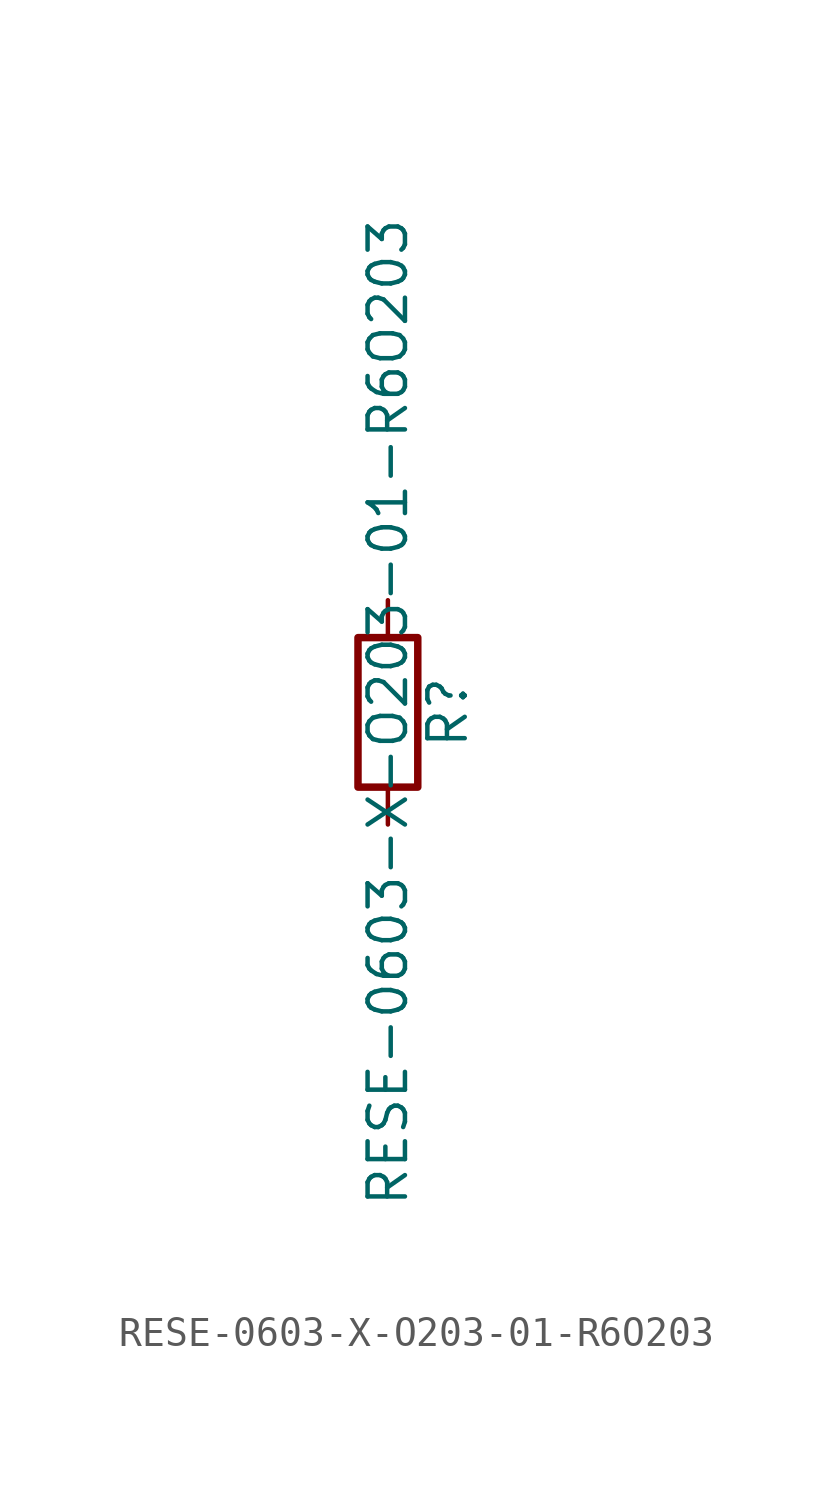
<source format=kicad_sym>
(kicad_symbol_lib
  (version 20211014)
  (generator kicad_symbol_editor)
  (symbol "RESE-0603-X-O203-01-R6O203"
    (pin_numbers hide)
    (pin_names
      (offset 0))
    (property "Reference" "R"
      (at 2.032 0 90)
      (effects (font (size 1.27 1.27))))
    (property "Value" "RESE-0603-X-O203-01-R6O203"
      (at 0 0 90)
      (effects (font (size 1.27 1.27))))
    (symbol "RESE-0603-X-O203-01-R6O203_0_1"
      (rectangle (start -1.016 -2.54) (end 1.016 2.54) (stroke (width 0.254) (type default) (color 0 0 0 0)) (fill (type none))))
    (symbol "RESE-0603-X-O203-01-R6O203_1_1"
      (pin passive line (at 0 3.81 270) (length 1.27) (name "~" (effects (font (size 1.27 1.27)))) (number "1" (effects (font (size 1.27 1.27)))))
      (pin passive line (at 0 -3.81 90) (length 1.27) (name "~" (effects (font (size 1.27 1.27)))) (number "2" (effects (font (size 1.27 1.27))))))))
</source>
